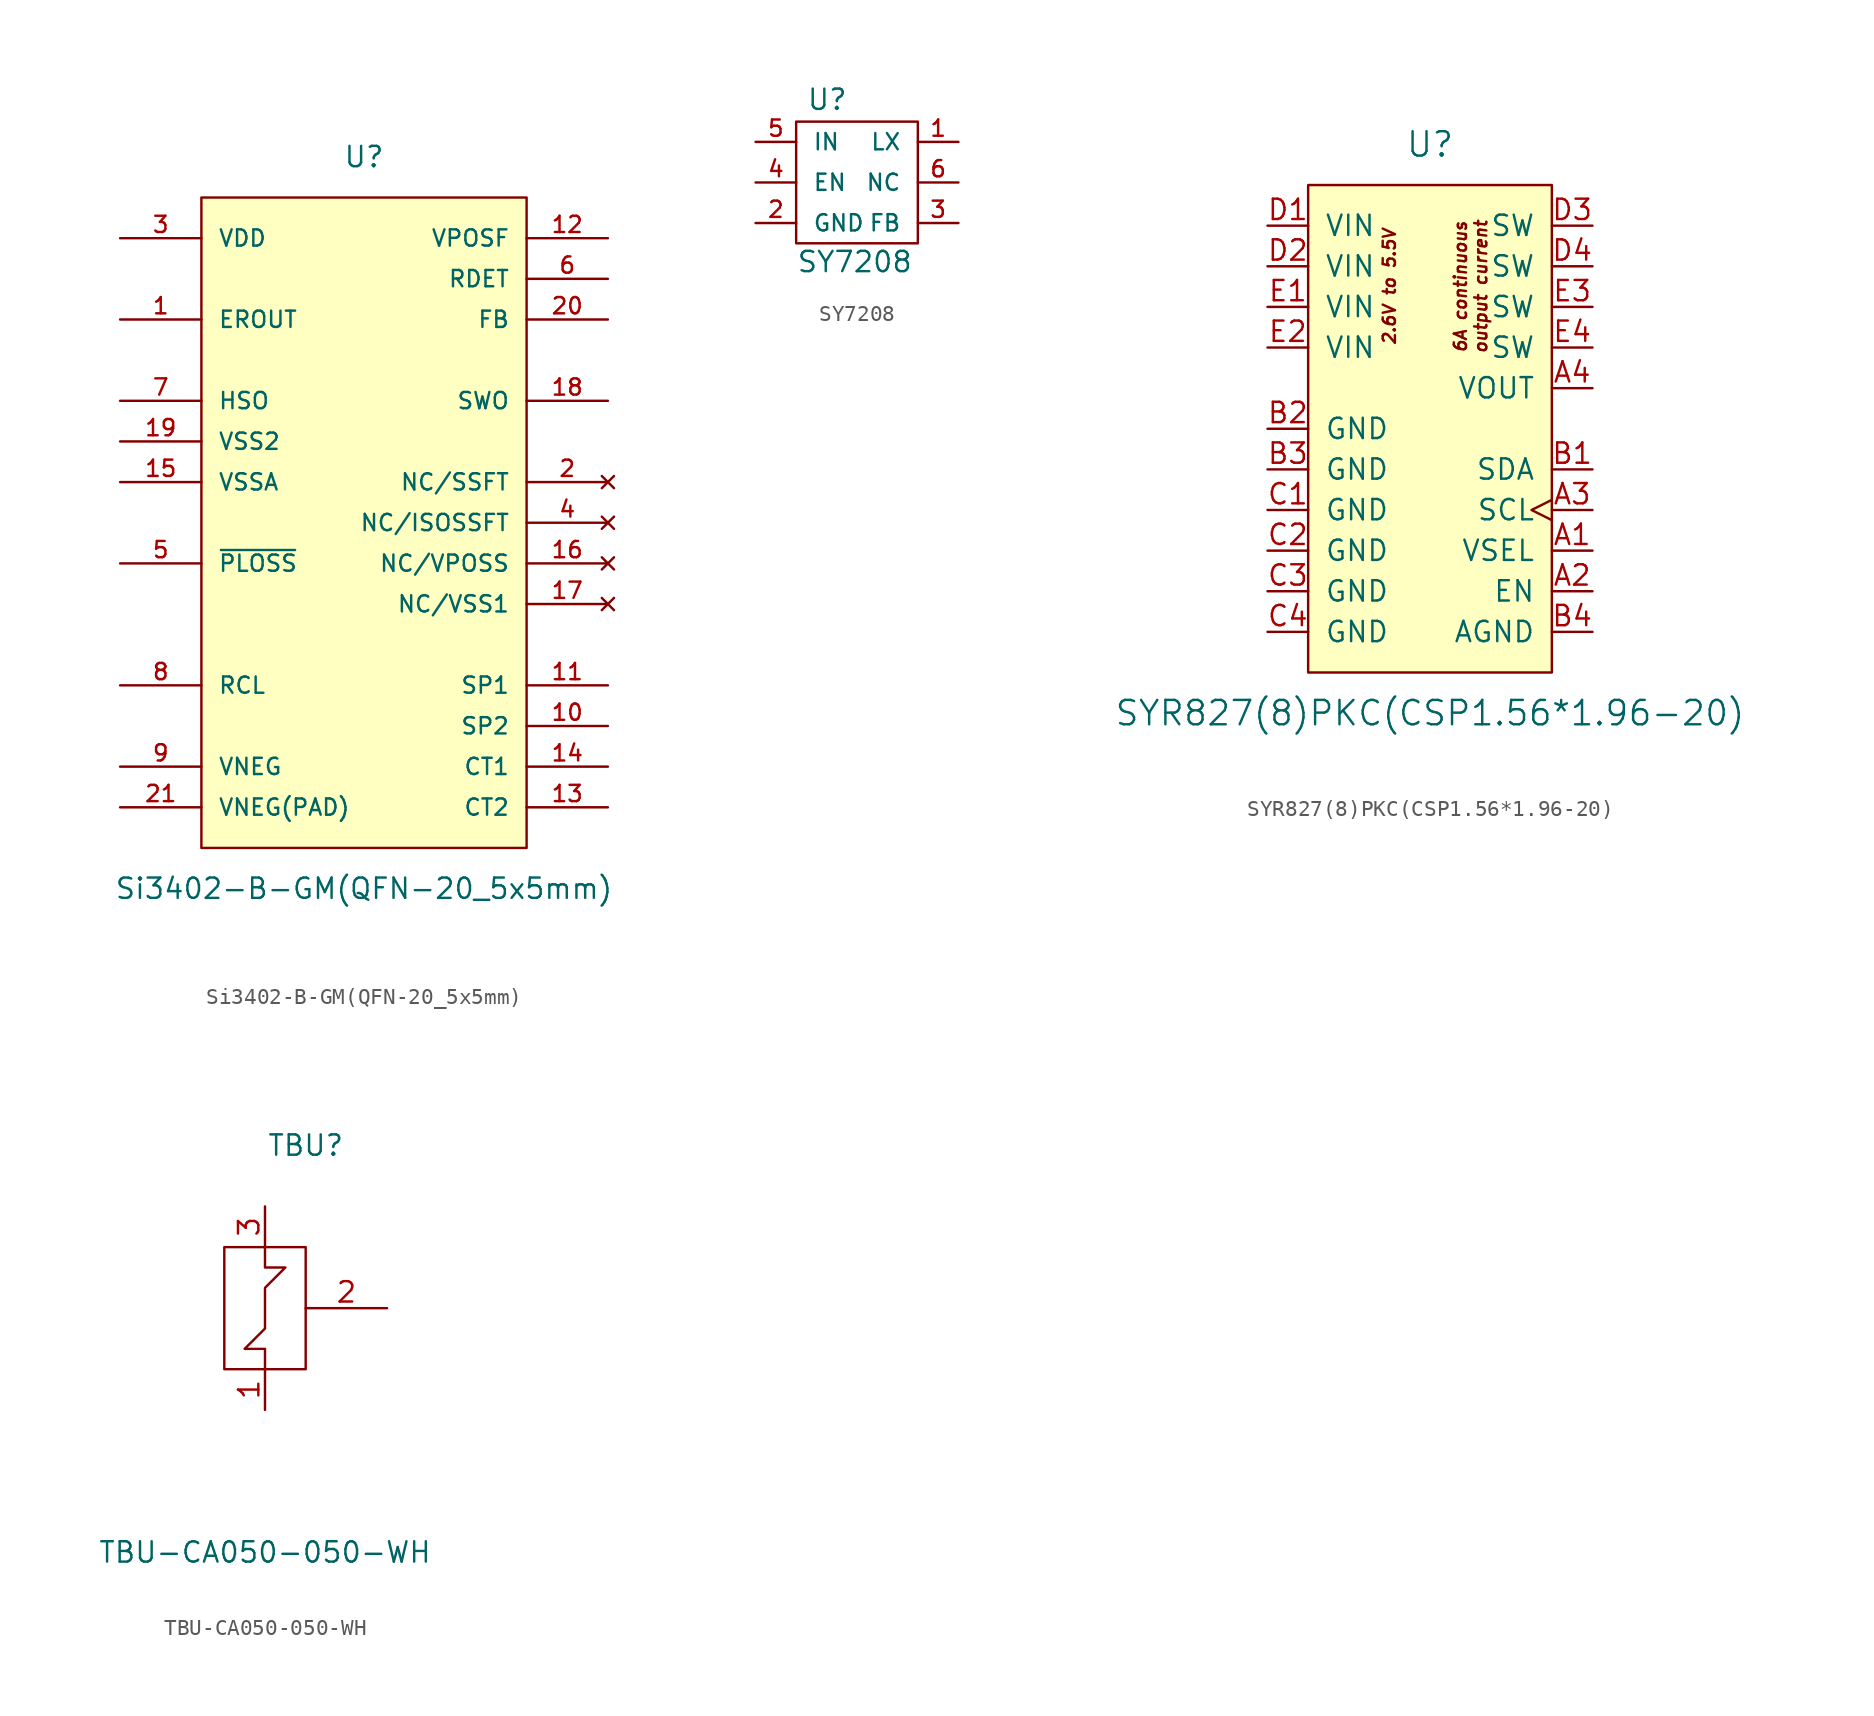
<source format=kicad_sym>
(kicad_symbol_lib
  (version 20220914)
  (generator kicad_symbol_editor)
  (symbol "Si3402-B-GM(QFN-20_5x5mm)"
    (pin_names
      (offset 1.016))
    (property "Reference" "U"
      (at 0 22.86 0)
      (effects (font (size 1.27 1.27))))
    (property "Value" "Si3402-B-GM(QFN-20_5x5mm)"
      (at 0 -22.86 0)
      (effects (font (size 1.27 1.27))))
    (symbol "Si3402-B-GM(QFN-20_5x5mm)_0_1"
      (rectangle (start -10.16 20.32) (end 10.16 -20.32) (stroke (width 0) (type solid)) (fill (type background))))
    (symbol "Si3402-B-GM(QFN-20_5x5mm)_1_1"
      (pin bidirectional line (at -15.24 12.7 0) (length 5.08) (name "EROUT" (effects (font (size 1.016 1.016)))) (number "1" (effects (font (size 1.016 1.016)))))
      (pin power_in line (at 15.24 -12.7 180) (length 5.08) (name "SP2" (effects (font (size 1.016 1.016)))) (number "10" (effects (font (size 1.016 1.016)))))
      (pin power_in line (at 15.24 -10.16 180) (length 5.08) (name "SP1" (effects (font (size 1.016 1.016)))) (number "11" (effects (font (size 1.016 1.016)))))
      (pin power_in line (at 15.24 17.78 180) (length 5.08) (name "VPOSF" (effects (font (size 1.016 1.016)))) (number "12" (effects (font (size 1.016 1.016)))))
      (pin input line (at 15.24 -17.78 180) (length 5.08) (name "CT2" (effects (font (size 1.016 1.016)))) (number "13" (effects (font (size 1.016 1.016)))))
      (pin input line (at 15.24 -15.24 180) (length 5.08) (name "CT1" (effects (font (size 1.016 1.016)))) (number "14" (effects (font (size 1.016 1.016)))))
      (pin power_in line (at -15.24 2.54 0) (length 5.08) (name "VSSA" (effects (font (size 1.016 1.016)))) (number "15" (effects (font (size 1.016 1.016)))))
      (pin no_connect line (at 15.24 -2.54 180) (length 5.08) (name "NC/VPOSS" (effects (font (size 1.016 1.016)))) (number "16" (effects (font (size 1.016 1.016)))))
      (pin no_connect line (at 15.24 -5.08 180) (length 5.08) (name "NC/VSS1" (effects (font (size 1.016 1.016)))) (number "17" (effects (font (size 1.016 1.016)))))
      (pin open_collector line (at 15.24 7.62 180) (length 5.08) (name "SWO" (effects (font (size 1.016 1.016)))) (number "18" (effects (font (size 1.016 1.016)))))
      (pin power_in line (at -15.24 5.08 0) (length 5.08) (name "VSS2" (effects (font (size 1.016 1.016)))) (number "19" (effects (font (size 1.016 1.016)))))
      (pin no_connect line (at 15.24 2.54 180) (length 5.08) (name "NC/SSFT" (effects (font (size 1.016 1.016)))) (number "2" (effects (font (size 1.016 1.016)))))
      (pin input line (at 15.24 12.7 180) (length 5.08) (name "FB" (effects (font (size 1.016 1.016)))) (number "20" (effects (font (size 1.016 1.016)))))
      (pin power_in line (at -15.24 -17.78 0) (length 5.08) (name "VNEG(PAD)" (effects (font (size 1.016 1.016)))) (number "21" (effects (font (size 1.016 1.016)))))
      (pin power_out line (at -15.24 17.78 0) (length 5.08) (name "VDD" (effects (font (size 1.016 1.016)))) (number "3" (effects (font (size 1.016 1.016)))))
      (pin no_connect line (at 15.24 0 180) (length 5.08) (name "NC/ISOSSFT" (effects (font (size 1.016 1.016)))) (number "4" (effects (font (size 1.016 1.016)))))
      (pin bidirectional line (at -15.24 -2.54 0) (length 5.08) (name "~{PLOSS}" (effects (font (size 1.016 1.016)))) (number "5" (effects (font (size 1.016 1.016)))))
      (pin input line (at 15.24 15.24 180) (length 5.08) (name "RDET" (effects (font (size 1.016 1.016)))) (number "6" (effects (font (size 1.016 1.016)))))
      (pin output line (at -15.24 7.62 0) (length 5.08) (name "HSO" (effects (font (size 1.016 1.016)))) (number "7" (effects (font (size 1.016 1.016)))))
      (pin input line (at -15.24 -10.16 0) (length 5.08) (name "RCL" (effects (font (size 1.016 1.016)))) (number "8" (effects (font (size 1.016 1.016)))))
      (pin power_in line (at -15.24 -15.24 0) (length 5.08) (name "VNEG" (effects (font (size 1.016 1.016)))) (number "9" (effects (font (size 1.016 1.016)))))))
  (symbol "SY7208"
    (pin_names
      (offset 1.016))
    (property "Reference" "U"
      (at -3.175 4.445 0)
      (effects (font (size 1.27 1.27)) (justify left bottom)))
    (property "Value" "SY7208"
      (at -3.81 -5.715 0)
      (effects (font (size 1.27 1.27)) (justify left bottom)))
    (property "Datasheet" ""
      (at 0 0 0)
      (effects (font (size 1.524 1.524))))
    (property "ki_locked" ""
      (at 0 0 0)
      (effects (font (size 1.27 1.27))))
    (symbol "SY7208_0_1"
      (rectangle (start -3.81 3.81) (end 3.81 -3.81) (stroke (width 0) (type solid)) (fill (type none))))
    (symbol "SY7208_1_1"
      (pin bidirectional line (at 6.35 2.54 180) (length 2.54) (name "LX" (effects (font (size 1.016 1.016)))) (number "1" (effects (font (size 1.016 1.016)))))
      (pin power_in line (at -6.35 -2.54 0) (length 2.54) (name "GND" (effects (font (size 1.016 1.016)))) (number "2" (effects (font (size 1.016 1.016)))))
      (pin input line (at 6.35 -2.54 180) (length 2.54) (name "FB" (effects (font (size 1.016 1.016)))) (number "3" (effects (font (size 1.016 1.016)))))
      (pin input line (at -6.35 0 0) (length 2.54) (name "EN" (effects (font (size 1.016 1.016)))) (number "4" (effects (font (size 1.016 1.016)))))
      (pin input line (at -6.35 2.54 0) (length 2.54) (name "IN" (effects (font (size 1.016 1.016)))) (number "5" (effects (font (size 1.016 1.016)))))
      (pin bidirectional line (at 6.35 0 180) (length 2.54) (name "NC" (effects (font (size 1.016 1.016)))) (number "6" (effects (font (size 1.016 1.016)))))))
  (symbol "SYR827(8)PKC(CSP1.56*1.96-20)"
    (pin_names
      (offset 1.016))
    (property "Reference" "U"
      (at 0 17.78 0)
      (effects (font (size 1.524 1.524))))
    (property "Value" "SYR827(8)PKC(CSP1.56*1.96-20)"
      (at 0 -17.78 0)
      (effects (font (size 1.524 1.524))))
    (symbol "SYR827(8)PKC(CSP1.56*1.96-20)_0_0"
      (text "2.6V to 5.5V" (at -2.54 8.89 900) (effects (font (size 0.762 0.762) bold italic)))
      (text "6A continuous" (at 1.905 8.89 900) (effects (font (size 0.762 0.762) bold italic)))
      (text "output current" (at 3.175 8.89 900) (effects (font (size 0.762 0.762) bold italic))))
    (symbol "SYR827(8)PKC(CSP1.56*1.96-20)_0_1"
      (rectangle (start -7.62 15.24) (end 7.62 -15.24) (stroke (width 0) (type solid)) (fill (type background))))
    (symbol "SYR827(8)PKC(CSP1.56*1.96-20)_1_1"
      (pin input line (at 10.16 -7.62 180) (length 2.54) (name "VSEL" (effects (font (size 1.27 1.27)))) (number "A1" (effects (font (size 1.27 1.27)))))
      (pin input line (at 10.16 -10.16 180) (length 2.54) (name "EN" (effects (font (size 1.27 1.27)))) (number "A2" (effects (font (size 1.27 1.27)))))
      (pin input clock (at 10.16 -5.08 180) (length 2.54) (name "SCL" (effects (font (size 1.27 1.27)))) (number "A3" (effects (font (size 1.27 1.27)))))
      (pin input line (at 10.16 2.54 180) (length 2.54) (name "VOUT" (effects (font (size 1.27 1.27)))) (number "A4" (effects (font (size 1.27 1.27)))))
      (pin bidirectional line (at 10.16 -2.54 180) (length 2.54) (name "SDA" (effects (font (size 1.27 1.27)))) (number "B1" (effects (font (size 1.27 1.27)))))
      (pin power_in line (at -10.16 0 0) (length 2.54) (name "GND" (effects (font (size 1.27 1.27)))) (number "B2" (effects (font (size 1.27 1.27)))))
      (pin power_in line (at -10.16 -2.54 0) (length 2.54) (name "GND" (effects (font (size 1.27 1.27)))) (number "B3" (effects (font (size 1.27 1.27)))))
      (pin power_in line (at 10.16 -12.7 180) (length 2.54) (name "AGND" (effects (font (size 1.27 1.27)))) (number "B4" (effects (font (size 1.27 1.27)))))
      (pin power_in line (at -10.16 -5.08 0) (length 2.54) (name "GND" (effects (font (size 1.27 1.27)))) (number "C1" (effects (font (size 1.27 1.27)))))
      (pin power_in line (at -10.16 -7.62 0) (length 2.54) (name "GND" (effects (font (size 1.27 1.27)))) (number "C2" (effects (font (size 1.27 1.27)))))
      (pin power_in line (at -10.16 -10.16 0) (length 2.54) (name "GND" (effects (font (size 1.27 1.27)))) (number "C3" (effects (font (size 1.27 1.27)))))
      (pin power_in line (at -10.16 -12.7 0) (length 2.54) (name "GND" (effects (font (size 1.27 1.27)))) (number "C4" (effects (font (size 1.27 1.27)))))
      (pin power_in line (at -10.16 12.7 0) (length 2.54) (name "VIN" (effects (font (size 1.27 1.27)))) (number "D1" (effects (font (size 1.27 1.27)))))
      (pin power_in line (at -10.16 10.16 0) (length 2.54) (name "VIN" (effects (font (size 1.27 1.27)))) (number "D2" (effects (font (size 1.27 1.27)))))
      (pin output line (at 10.16 12.7 180) (length 2.54) (name "SW" (effects (font (size 1.27 1.27)))) (number "D3" (effects (font (size 1.27 1.27)))))
      (pin input line (at 10.16 10.16 180) (length 2.54) (name "SW" (effects (font (size 1.27 1.27)))) (number "D4" (effects (font (size 1.27 1.27)))))
      (pin power_in line (at -10.16 7.62 0) (length 2.54) (name "VIN" (effects (font (size 1.27 1.27)))) (number "E1" (effects (font (size 1.27 1.27)))))
      (pin power_in line (at -10.16 5.08 0) (length 2.54) (name "VIN" (effects (font (size 1.27 1.27)))) (number "E2" (effects (font (size 1.27 1.27)))))
      (pin input line (at 10.16 7.62 180) (length 2.54) (name "SW" (effects (font (size 1.27 1.27)))) (number "E3" (effects (font (size 1.27 1.27)))))
      (pin input line (at 10.16 5.08 180) (length 2.54) (name "SW" (effects (font (size 1.27 1.27)))) (number "E4" (effects (font (size 1.27 1.27)))))))
  (symbol "TBU-CA050-050-WH"
    (pin_names
      (offset 0))
    (property "Reference" "TBU"
      (at 2.54 10.16 0)
      (effects (font (size 1.27 1.27))))
    (property "Value" "TBU-CA050-050-WH"
      (at 0 -15.24 0)
      (effects (font (size 1.27 1.27))))
    (symbol "TBU-CA050-050-WH_0_1"
      (rectangle (start -2.54 3.81) (end 2.54 -3.81) (stroke (width 0) (type solid)) (fill (type none)))
      (polyline (pts (xy 0 -3.81) (xy 0 -2.54) (xy -1.27 -2.54) (xy 0 -1.27) (xy 0 1.27) (xy 1.27 2.54) (xy 0 2.54) (xy 0 3.81)) (stroke (width 0) (type solid)) (fill (type none))))
    (symbol "TBU-CA050-050-WH_1_1"
      (pin bidirectional line (at 0 -6.35 90) (length 2.54) (name "~" (effects (font (size 1.27 1.27)))) (number "1" (effects (font (size 1.27 1.27)))))
      (pin power_in line (at 7.62 0 180) (length 5.08) (name "~" (effects (font (size 1.27 1.27)))) (number "2" (effects (font (size 1.27 1.27)))))
      (pin bidirectional line (at 0 6.35 270) (length 2.54) (name "~" (effects (font (size 1.27 1.27)))) (number "3" (effects (font (size 1.27 1.27))))))))
</source>
